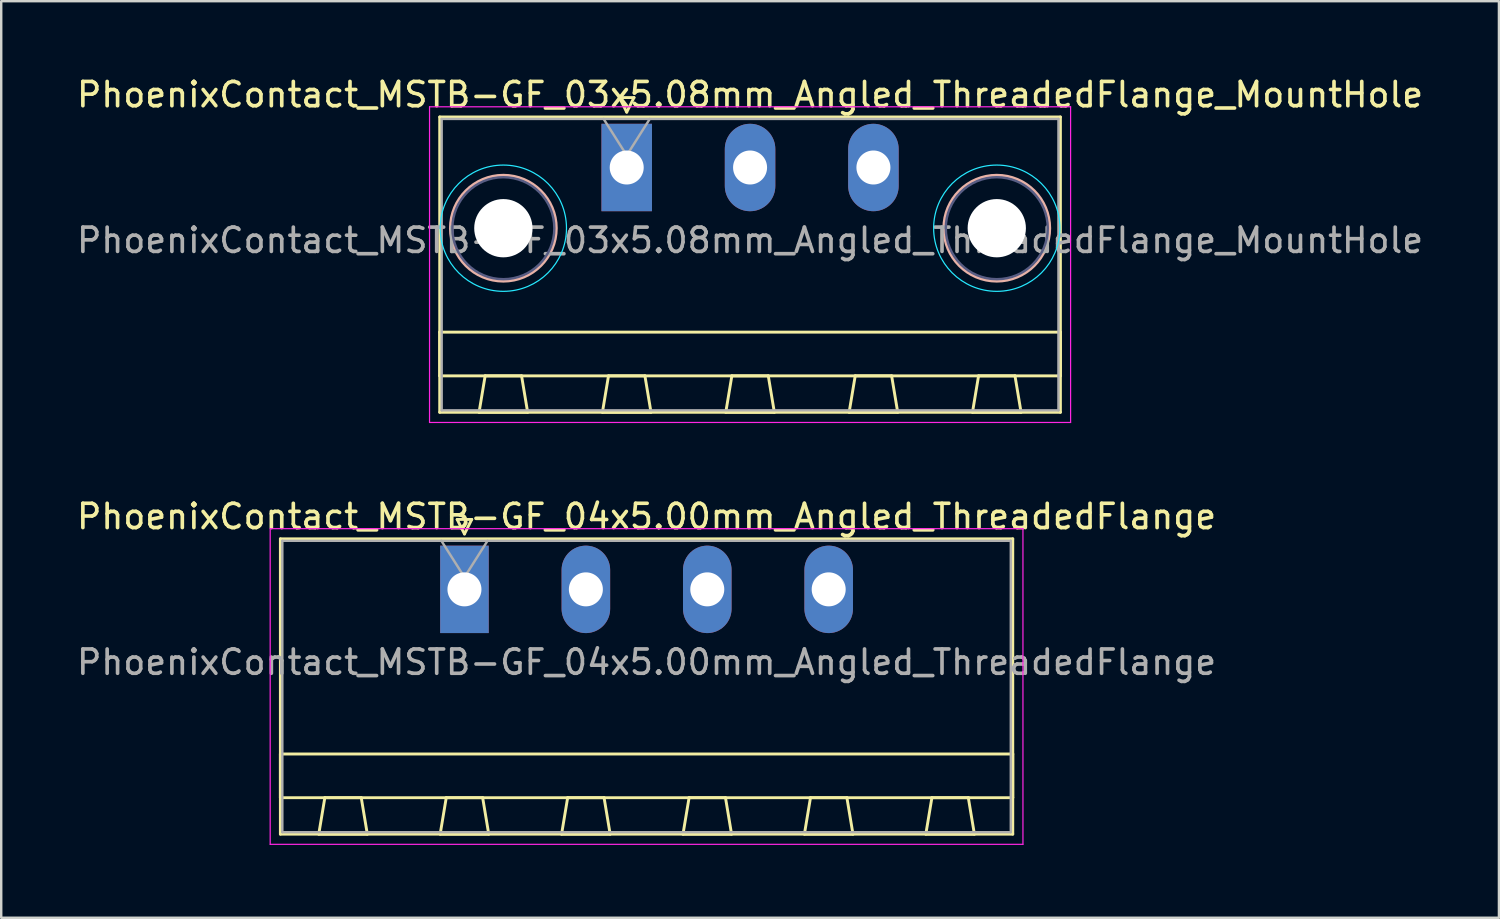
<source format=kicad_pcb>
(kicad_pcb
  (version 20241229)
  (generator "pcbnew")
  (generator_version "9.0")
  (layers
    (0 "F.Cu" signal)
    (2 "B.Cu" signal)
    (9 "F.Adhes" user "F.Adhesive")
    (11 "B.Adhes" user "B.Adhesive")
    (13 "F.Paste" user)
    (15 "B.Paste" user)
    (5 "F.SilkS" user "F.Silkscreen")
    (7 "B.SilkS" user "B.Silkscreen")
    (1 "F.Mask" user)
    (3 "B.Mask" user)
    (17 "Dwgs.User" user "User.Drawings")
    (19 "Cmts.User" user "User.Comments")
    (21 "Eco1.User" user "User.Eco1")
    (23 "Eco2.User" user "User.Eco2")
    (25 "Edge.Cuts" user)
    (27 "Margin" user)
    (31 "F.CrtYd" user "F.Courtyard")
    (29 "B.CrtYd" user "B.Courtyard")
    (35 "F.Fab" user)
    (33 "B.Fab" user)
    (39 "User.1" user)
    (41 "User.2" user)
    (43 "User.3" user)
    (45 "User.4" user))
  (footprint "PhoenixContact_MSTB-GF_04x5.00mm_Angled_ThreadedFlange"
    (layer "F.Cu")
    (at 16.077 21.221)
    (property "Reference" "PhoenixContact_MSTB-GF_04x5.00mm_Angled_ThreadedFlange" (at 7.5 -3 0) (layer "F.SilkS") (effects (font (size 1 1) (thickness 0.15))))
    (attr through_hole)
    (fp_line (start -7.58 -2.08) (end -7.58 10.08) (stroke (width 0.12) (type solid)) (layer "F.SilkS"))
    (fp_line (start -7.58 6.78) (end 22.58 6.78) (stroke (width 0.12) (type solid)) (layer "F.SilkS"))
    (fp_line (start -7.58 8.58) (end -7.58 6.78) (stroke (width 0.12) (type solid)) (layer "F.SilkS"))
    (fp_line (start -7.58 10.08) (end 22.58 10.08) (stroke (width 0.12) (type solid)) (layer "F.SilkS"))
    (fp_line (start -6 10.08) (end -4 10.08) (stroke (width 0.12) (type solid)) (layer "F.SilkS"))
    (fp_line (start -5.75 8.58) (end -6 10.08) (stroke (width 0.12) (type solid)) (layer "F.SilkS"))
    (fp_line (start -4.25 8.58) (end -5.75 8.58) (stroke (width 0.12) (type solid)) (layer "F.SilkS"))
    (fp_line (start -4 10.08) (end -4.25 8.58) (stroke (width 0.12) (type solid)) (layer "F.SilkS"))
    (fp_line (start -1 10.08) (end 1 10.08) (stroke (width 0.12) (type solid)) (layer "F.SilkS"))
    (fp_line (start -0.75 8.58) (end -1 10.08) (stroke (width 0.12) (type solid)) (layer "F.SilkS"))
    (fp_line (start -0.3 -2.88) (end 0.3 -2.88) (stroke (width 0.12) (type solid)) (layer "F.SilkS"))
    (fp_line (start 0 -2.28) (end -0.3 -2.88) (stroke (width 0.12) (type solid)) (layer "F.SilkS"))
    (fp_line (start 0.3 -2.88) (end 0 -2.28) (stroke (width 0.12) (type solid)) (layer "F.SilkS"))
    (fp_line (start 0.75 8.58) (end -0.75 8.58) (stroke (width 0.12) (type solid)) (layer "F.SilkS"))
    (fp_line (start 1 10.08) (end 0.75 8.58) (stroke (width 0.12) (type solid)) (layer "F.SilkS"))
    (fp_line (start 4 10.08) (end 6 10.08) (stroke (width 0.12) (type solid)) (layer "F.SilkS"))
    (fp_line (start 4.25 8.58) (end 4 10.08) (stroke (width 0.12) (type solid)) (layer "F.SilkS"))
    (fp_line (start 5.75 8.58) (end 4.25 8.58) (stroke (width 0.12) (type solid)) (layer "F.SilkS"))
    (fp_line (start 6 10.08) (end 5.75 8.58) (stroke (width 0.12) (type solid)) (layer "F.SilkS"))
    (fp_line (start 9 10.08) (end 11 10.08) (stroke (width 0.12) (type solid)) (layer "F.SilkS"))
    (fp_line (start 9.25 8.58) (end 9 10.08) (stroke (width 0.12) (type solid)) (layer "F.SilkS"))
    (fp_line (start 10.75 8.58) (end 9.25 8.58) (stroke (width 0.12) (type solid)) (layer "F.SilkS"))
    (fp_line (start 11 10.08) (end 10.75 8.58) (stroke (width 0.12) (type solid)) (layer "F.SilkS"))
    (fp_line (start 14 10.08) (end 16 10.08) (stroke (width 0.12) (type solid)) (layer "F.SilkS"))
    (fp_line (start 14.25 8.58) (end 14 10.08) (stroke (width 0.12) (type solid)) (layer "F.SilkS"))
    (fp_line (start 15.75 8.58) (end 14.25 8.58) (stroke (width 0.12) (type solid)) (layer "F.SilkS"))
    (fp_line (start 16 10.08) (end 15.75 8.58) (stroke (width 0.12) (type solid)) (layer "F.SilkS"))
    (fp_line (start 19 10.08) (end 21 10.08) (stroke (width 0.12) (type solid)) (layer "F.SilkS"))
    (fp_line (start 19.25 8.58) (end 19 10.08) (stroke (width 0.12) (type solid)) (layer "F.SilkS"))
    (fp_line (start 20.75 8.58) (end 19.25 8.58) (stroke (width 0.12) (type solid)) (layer "F.SilkS"))
    (fp_line (start 21 10.08) (end 20.75 8.58) (stroke (width 0.12) (type solid)) (layer "F.SilkS"))
    (fp_line (start 22.58 -2.08) (end -7.58 -2.08) (stroke (width 0.12) (type solid)) (layer "F.SilkS"))
    (fp_line (start 22.58 6.78) (end 22.58 8.58) (stroke (width 0.12) (type solid)) (layer "F.SilkS"))
    (fp_line (start 22.58 8.58) (end -7.58 8.58) (stroke (width 0.12) (type solid)) (layer "F.SilkS"))
    (fp_line (start 22.58 10.08) (end 22.58 -2.08) (stroke (width 0.12) (type solid)) (layer "F.SilkS"))
    (fp_line (start -8 -2.5) (end -8 10.5) (stroke (width 0.05) (type solid)) (layer "F.CrtYd"))
    (fp_line (start -8 10.5) (end 23 10.5) (stroke (width 0.05) (type solid)) (layer "F.CrtYd"))
    (fp_line (start 23 -2.5) (end -8 -2.5) (stroke (width 0.05) (type solid)) (layer "F.CrtYd"))
    (fp_line (start 23 10.5) (end 23 -2.5) (stroke (width 0.05) (type solid)) (layer "F.CrtYd"))
    (fp_line (start -7.5 -2) (end -7.5 10) (stroke (width 0.1) (type solid)) (layer "F.Fab"))
    (fp_line (start -7.5 10) (end 22.5 10) (stroke (width 0.1) (type solid)) (layer "F.Fab"))
    (fp_line (start 0 -0.5) (end -0.95 -2) (stroke (width 0.1) (type solid)) (layer "F.Fab"))
    (fp_line (start 0.95 -2) (end 0 -0.5) (stroke (width 0.1) (type solid)) (layer "F.Fab"))
    (fp_line (start 22.5 -2) (end -7.5 -2) (stroke (width 0.1) (type solid)) (layer "F.Fab"))
    (fp_line (start 22.5 10) (end 22.5 -2) (stroke (width 0.1) (type solid)) (layer "F.Fab"))
    (fp_text user "${REFERENCE}" (at 7.5 3 0) (layer "F.Fab") (effects (font (size 1 1) (thickness 0.15))))
    (pad "1" thru_hole rect (at 0 0) (size 2 3.6) (drill 1.4) (layers "*.Cu" "*.Mask"))
    (pad "2" thru_hole oval (at 5 0) (size 2 3.6) (drill 1.4) (layers "*.Cu" "*.Mask"))
    (pad "3" thru_hole oval (at 10 0) (size 2 3.6) (drill 1.4) (layers "*.Cu" "*.Mask"))
    (pad "4" thru_hole oval (at 15 0) (size 2 3.6) (drill 1.4) (layers "*.Cu" "*.Mask")))
  (footprint "PhoenixContact_MSTB-GF_03x5.08mm_Angled_ThreadedFlange_MountHole"
    (layer "F.Cu")
    (at 22.759 3.848)
    (property "Reference" "PhoenixContact_MSTB-GF_03x5.08mm_Angled_ThreadedFlange_MountHole" (at 5.08 -3 0) (layer "F.SilkS") (effects (font (size 1 1) (thickness 0.15))))
    (attr through_hole)
    (fp_line (start -7.7 -2.08) (end -7.7 10.08) (stroke (width 0.12) (type solid)) (layer "F.SilkS"))
    (fp_line (start -7.7 6.78) (end 17.86 6.78) (stroke (width 0.12) (type solid)) (layer "F.SilkS"))
    (fp_line (start -7.7 8.58) (end -7.7 6.78) (stroke (width 0.12) (type solid)) (layer "F.SilkS"))
    (fp_line (start -7.7 10.08) (end 17.86 10.08) (stroke (width 0.12) (type solid)) (layer "F.SilkS"))
    (fp_line (start -6.08 10.08) (end -4.08 10.08) (stroke (width 0.12) (type solid)) (layer "F.SilkS"))
    (fp_line (start -5.83 8.58) (end -6.08 10.08) (stroke (width 0.12) (type solid)) (layer "F.SilkS"))
    (fp_line (start -4.33 8.58) (end -5.83 8.58) (stroke (width 0.12) (type solid)) (layer "F.SilkS"))
    (fp_line (start -4.08 10.08) (end -4.33 8.58) (stroke (width 0.12) (type solid)) (layer "F.SilkS"))
    (fp_line (start -1 10.08) (end 1 10.08) (stroke (width 0.12) (type solid)) (layer "F.SilkS"))
    (fp_line (start -0.75 8.58) (end -1 10.08) (stroke (width 0.12) (type solid)) (layer "F.SilkS"))
    (fp_line (start -0.3 -2.88) (end 0.3 -2.88) (stroke (width 0.12) (type solid)) (layer "F.SilkS"))
    (fp_line (start 0 -2.28) (end -0.3 -2.88) (stroke (width 0.12) (type solid)) (layer "F.SilkS"))
    (fp_line (start 0.3 -2.88) (end 0 -2.28) (stroke (width 0.12) (type solid)) (layer "F.SilkS"))
    (fp_line (start 0.75 8.58) (end -0.75 8.58) (stroke (width 0.12) (type solid)) (layer "F.SilkS"))
    (fp_line (start 1 10.08) (end 0.75 8.58) (stroke (width 0.12) (type solid)) (layer "F.SilkS"))
    (fp_line (start 4.08 10.08) (end 6.08 10.08) (stroke (width 0.12) (type solid)) (layer "F.SilkS"))
    (fp_line (start 4.33 8.58) (end 4.08 10.08) (stroke (width 0.12) (type solid)) (layer "F.SilkS"))
    (fp_line (start 5.83 8.58) (end 4.33 8.58) (stroke (width 0.12) (type solid)) (layer "F.SilkS"))
    (fp_line (start 6.08 10.08) (end 5.83 8.58) (stroke (width 0.12) (type solid)) (layer "F.SilkS"))
    (fp_line (start 9.16 10.08) (end 11.16 10.08) (stroke (width 0.12) (type solid)) (layer "F.SilkS"))
    (fp_line (start 9.41 8.58) (end 9.16 10.08) (stroke (width 0.12) (type solid)) (layer "F.SilkS"))
    (fp_line (start 10.91 8.58) (end 9.41 8.58) (stroke (width 0.12) (type solid)) (layer "F.SilkS"))
    (fp_line (start 11.16 10.08) (end 10.91 8.58) (stroke (width 0.12) (type solid)) (layer "F.SilkS"))
    (fp_line (start 14.24 10.08) (end 16.24 10.08) (stroke (width 0.12) (type solid)) (layer "F.SilkS"))
    (fp_line (start 14.49 8.58) (end 14.24 10.08) (stroke (width 0.12) (type solid)) (layer "F.SilkS"))
    (fp_line (start 15.99 8.58) (end 14.49 8.58) (stroke (width 0.12) (type solid)) (layer "F.SilkS"))
    (fp_line (start 16.24 10.08) (end 15.99 8.58) (stroke (width 0.12) (type solid)) (layer "F.SilkS"))
    (fp_line (start 17.86 -2.08) (end -7.7 -2.08) (stroke (width 0.12) (type solid)) (layer "F.SilkS"))
    (fp_line (start 17.86 6.78) (end 17.86 8.58) (stroke (width 0.12) (type solid)) (layer "F.SilkS"))
    (fp_line (start 17.86 8.58) (end -7.7 8.58) (stroke (width 0.12) (type solid)) (layer "F.SilkS"))
    (fp_line (start 17.86 10.08) (end 17.86 -2.08) (stroke (width 0.12) (type solid)) (layer "F.SilkS"))
    (fp_circle (center -5.08 2.5) (end -2.9 2.5) (stroke (width 0.12) (type solid)) (fill no) (layer "B.SilkS"))
    (fp_circle (center 15.24 2.5) (end 17.42 2.5) (stroke (width 0.12) (type solid)) (fill no) (layer "B.SilkS"))
    (fp_circle (center -5.08 2.5) (end -2.48 2.5) (stroke (width 0.05) (type solid)) (fill no) (layer "B.CrtYd"))
    (fp_circle (center 15.24 2.5) (end 17.84 2.5) (stroke (width 0.05) (type solid)) (fill no) (layer "B.CrtYd"))
    (fp_line (start -8.12 -2.5) (end -8.12 10.5) (stroke (width 0.05) (type solid)) (layer "F.CrtYd"))
    (fp_line (start -8.12 10.5) (end 18.28 10.5) (stroke (width 0.05) (type solid)) (layer "F.CrtYd"))
    (fp_line (start 18.28 -2.5) (end -8.12 -2.5) (stroke (width 0.05) (type solid)) (layer "F.CrtYd"))
    (fp_line (start 18.28 10.5) (end 18.28 -2.5) (stroke (width 0.05) (type solid)) (layer "F.CrtYd"))
    (fp_circle (center -5.08 2.5) (end -2.98 2.5) (stroke (width 0.1) (type solid)) (fill no) (layer "B.Fab"))
    (fp_circle (center 15.24 2.5) (end 17.34 2.5) (stroke (width 0.1) (type solid)) (fill no) (layer "B.Fab"))
    (fp_line (start -7.62 -2) (end -7.62 10) (stroke (width 0.1) (type solid)) (layer "F.Fab"))
    (fp_line (start -7.62 10) (end 17.78 10) (stroke (width 0.1) (type solid)) (layer "F.Fab"))
    (fp_line (start 0 -0.5) (end -0.95 -2) (stroke (width 0.1) (type solid)) (layer "F.Fab"))
    (fp_line (start 0.95 -2) (end 0 -0.5) (stroke (width 0.1) (type solid)) (layer "F.Fab"))
    (fp_line (start 17.78 -2) (end -7.62 -2) (stroke (width 0.1) (type solid)) (layer "F.Fab"))
    (fp_line (start 17.78 10) (end 17.78 -2) (stroke (width 0.1) (type solid)) (layer "F.Fab"))
    (fp_text user "${REFERENCE}" (at 5.08 3 0) (layer "F.Fab") (effects (font (size 1 1) (thickness 0.15))))
    (pad "" np_thru_hole circle (at -5.08 2.5) (size 2.4 2.4) (drill 2.4) (layers "*.Cu" "*.Mask"))
    (pad "" np_thru_hole circle (at 15.24 2.5) (size 2.4 2.4) (drill 2.4) (layers "*.Cu" "*.Mask"))
    (pad "1" thru_hole rect (at 0 0) (size 2.08 3.6) (drill 1.4) (layers "*.Cu" "*.Mask"))
    (pad "2" thru_hole oval (at 5.08 0) (size 2.08 3.6) (drill 1.4) (layers "*.Cu" "*.Mask"))
    (pad "3" thru_hole oval (at 10.16 0) (size 2.08 3.6) (drill 1.4) (layers "*.Cu" "*.Mask")))
  (gr_rect
    (start -3 -3)
    (end 58.679 34.746)
    (stroke (width 0.1) (type default))
    (fill no)
    (layer "Edge.Cuts")))
</source>
